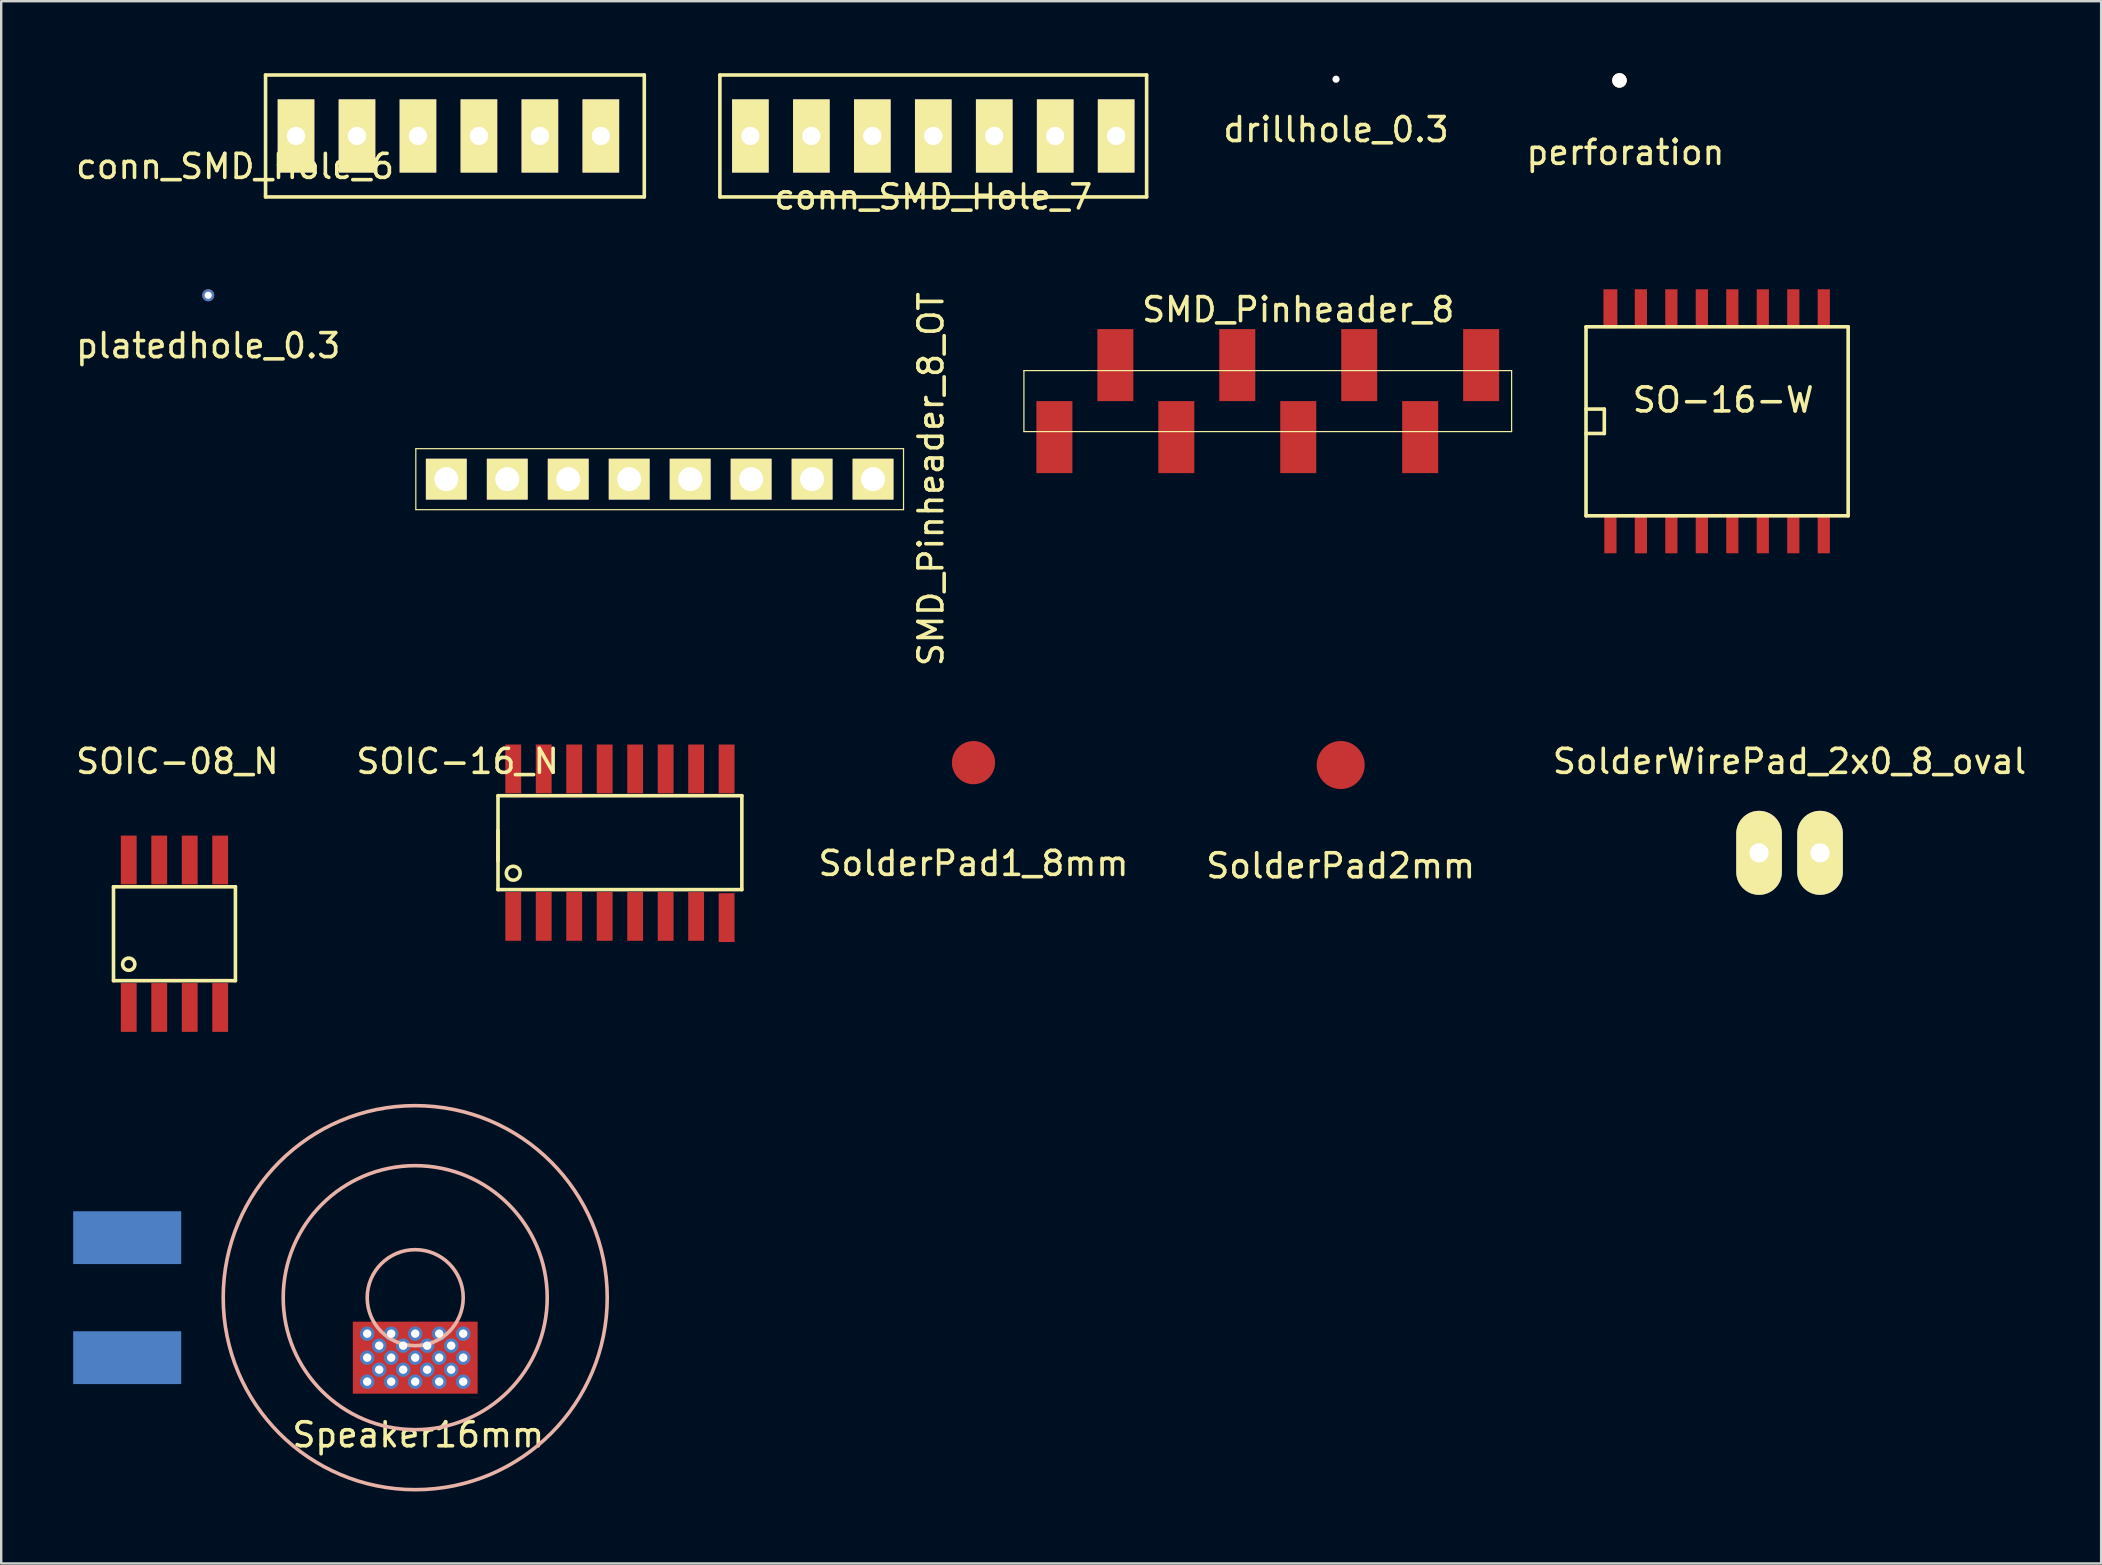
<source format=kicad_pcb>
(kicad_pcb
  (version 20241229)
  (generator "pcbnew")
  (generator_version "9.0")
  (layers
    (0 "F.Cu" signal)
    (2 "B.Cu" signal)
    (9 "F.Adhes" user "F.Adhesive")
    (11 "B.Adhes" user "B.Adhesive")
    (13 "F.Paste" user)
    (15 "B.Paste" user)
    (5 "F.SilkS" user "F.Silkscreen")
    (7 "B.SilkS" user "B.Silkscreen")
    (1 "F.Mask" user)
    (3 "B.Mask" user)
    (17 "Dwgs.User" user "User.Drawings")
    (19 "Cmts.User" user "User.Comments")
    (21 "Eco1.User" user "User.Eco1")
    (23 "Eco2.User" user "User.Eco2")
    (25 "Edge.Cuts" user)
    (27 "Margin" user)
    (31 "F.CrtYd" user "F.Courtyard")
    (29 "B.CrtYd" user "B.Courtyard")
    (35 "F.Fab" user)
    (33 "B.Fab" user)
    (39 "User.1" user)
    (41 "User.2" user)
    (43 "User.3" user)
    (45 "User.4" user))
  (footprint "Speaker16mm"
    (layer "F.Cu")
    (at 14.25 51.017)
    (property "Reference" "Speaker16mm" (at 0.127 5.715 0) (layer "F.SilkS") (effects (font (size 1 1) (thickness 0.15))))
    (attr smd)
    (fp_circle (center 0 0) (end 2 0) (stroke (width 0.15) (type solid)) (fill no) (layer "B.SilkS"))
    (fp_circle (center 0 0) (end 5.5 0) (stroke (width 0.15) (type solid)) (fill no) (layer "B.SilkS"))
    (fp_circle (center 0 0) (end 8 0) (stroke (width 0.15) (type solid)) (fill no) (layer "B.SilkS"))
    (pad "1" smd rect (at -12 -2.5) (size 4.5 2.2) (layers "B.Cu" "B.Mask" "B.Paste"))
    (pad "2" smd rect (at -12 2.5) (size 4.5 2.2) (layers "B.Cu" "B.Mask" "B.Paste"))
    (pad "3" thru_hole circle (at -2 1.5) (size 0.6 0.6) (drill 0.35) (layers "*.Cu" "*.Mask"))
    (pad "3" thru_hole circle (at -2 2.5) (size 0.6 0.6) (drill 0.35) (layers "*.Cu" "*.Mask"))
    (pad "3" thru_hole circle (at -2 3.5) (size 0.6 0.6) (drill 0.35) (layers "*.Cu" "*.Mask"))
    (pad "3" thru_hole circle (at -1.5 2) (size 0.6 0.6) (drill 0.35) (layers "*.Cu" "*.Mask"))
    (pad "3" thru_hole circle (at -1.5 3) (size 0.6 0.6) (drill 0.35) (layers "*.Cu" "*.Mask"))
    (pad "3" thru_hole circle (at -1 1.5) (size 0.6 0.6) (drill 0.35) (layers "*.Cu" "*.Mask"))
    (pad "3" thru_hole circle (at -1 2.5) (size 0.6 0.6) (drill 0.35) (layers "*.Cu" "*.Mask"))
    (pad "3" thru_hole circle (at -1 3.5) (size 0.6 0.6) (drill 0.35) (layers "*.Cu" "*.Mask"))
    (pad "3" thru_hole circle (at -0.5 2) (size 0.6 0.6) (drill 0.35) (layers "*.Cu" "*.Mask"))
    (pad "3" thru_hole circle (at -0.5 3) (size 0.6 0.6) (drill 0.35) (layers "*.Cu" "*.Mask"))
    (pad "3" thru_hole circle (at 0 1.5) (size 0.6 0.6) (drill 0.35) (layers "*.Cu" "*.Mask"))
    (pad "3" thru_hole circle (at 0 2.5) (size 0.6 0.6) (drill 0.35) (layers "*.Cu" "*.Mask"))
    (pad "3" smd rect (at 0 2.5) (size 5.2 3) (layers "F.Cu" "F.Mask"))
    (pad "3" thru_hole circle (at 0 3.5) (size 0.6 0.6) (drill 0.35) (layers "*.Cu" "*.Mask"))
    (pad "3" thru_hole circle (at 0.5 2) (size 0.6 0.6) (drill 0.35) (layers "*.Cu" "*.Mask"))
    (pad "3" thru_hole circle (at 0.5 3) (size 0.6 0.6) (drill 0.35) (layers "*.Cu" "*.Mask"))
    (pad "3" thru_hole circle (at 1 1.5) (size 0.6 0.6) (drill 0.35) (layers "*.Cu" "*.Mask"))
    (pad "3" thru_hole circle (at 1 2.5) (size 0.6 0.6) (drill 0.35) (layers "*.Cu" "*.Mask"))
    (pad "3" thru_hole circle (at 1 3.5) (size 0.6 0.6) (drill 0.35) (layers "*.Cu" "*.Mask"))
    (pad "3" thru_hole circle (at 1.5 2) (size 0.6 0.6) (drill 0.35) (layers "*.Cu" "*.Mask"))
    (pad "3" thru_hole circle (at 1.5 3) (size 0.6 0.6) (drill 0.35) (layers "*.Cu" "*.Mask"))
    (pad "3" thru_hole circle (at 2 1.5) (size 0.6 0.6) (drill 0.35) (layers "*.Cu" "*.Mask"))
    (pad "3" thru_hole circle (at 2 2.5) (size 0.6 0.6) (drill 0.35) (layers "*.Cu" "*.Mask"))
    (pad "3" thru_hole circle (at 2 3.5) (size 0.6 0.6) (drill 0.35) (layers "*.Cu" "*.Mask")))
  (footprint "SOIC-16_N"
    (layer "F.Cu")
    (at 22.779 32.059)
    (property "Reference" "SOIC-16_N" (at -6.761 -3.386 0) (layer "F.SilkS") (effects (font (size 1 1) (thickness 0.15))))
    (attr smd)
    (fp_line (start -5.08 -1.956) (end -5.08 1.956) (stroke (width 0.15) (type solid)) (layer "F.SilkS"))
    (fp_line (start -5.08 -1.956) (end 5.08 -1.956) (stroke (width 0.15) (type solid)) (layer "F.SilkS"))
    (fp_line (start -5.08 -0.508) (end -5.08 0.762) (stroke (width 0.15) (type solid)) (layer "F.SilkS"))
    (fp_line (start 5.08 -1.956) (end 5.08 1.956) (stroke (width 0.15) (type solid)) (layer "F.SilkS"))
    (fp_line (start 5.08 1.956) (end -5.08 1.956) (stroke (width 0.15) (type solid)) (layer "F.SilkS"))
    (fp_circle (center -4.445 1.273) (end -4.191 1.41) (stroke (width 0.15) (type solid)) (fill no) (layer "F.SilkS"))
    (pad "1" smd rect (at -4.445 3.073) (size 0.66 2.032) (layers "F.Cu" "F.Mask" "F.Paste"))
    (pad "2" smd rect (at -3.175 3.073) (size 0.66 2.032) (layers "F.Cu" "F.Mask" "F.Paste"))
    (pad "3" smd rect (at -1.905 3.073) (size 0.66 2.032) (layers "F.Cu" "F.Mask" "F.Paste"))
    (pad "4" smd rect (at -0.635 3.073) (size 0.66 2.032) (layers "F.Cu" "F.Mask" "F.Paste"))
    (pad "5" smd rect (at 0.635 3.073) (size 0.66 2.032) (layers "F.Cu" "F.Mask" "F.Paste"))
    (pad "6" smd rect (at 1.905 3.073) (size 0.66 2.032) (layers "F.Cu" "F.Mask" "F.Paste"))
    (pad "7" smd rect (at 3.175 3.073) (size 0.66 2.032) (layers "F.Cu" "F.Mask" "F.Paste"))
    (pad "8" smd rect (at 4.445 3.124) (size 0.66 2.032) (layers "F.Cu" "F.Mask" "F.Paste"))
    (pad "9" smd rect (at 4.445 -3.073) (size 0.66 2.032) (layers "F.Cu" "F.Mask" "F.Paste"))
    (pad "10" smd rect (at 3.175 -3.073) (size 0.66 2.032) (layers "F.Cu" "F.Mask" "F.Paste"))
    (pad "11" smd rect (at 1.905 -3.073) (size 0.66 2.032) (layers "F.Cu" "F.Mask" "F.Paste"))
    (pad "12" smd rect (at 0.635 -3.073) (size 0.66 2.032) (layers "F.Cu" "F.Mask" "F.Paste"))
    (pad "13" smd rect (at -0.635 -3.073) (size 0.66 2.032) (layers "F.Cu" "F.Mask" "F.Paste"))
    (pad "14" smd rect (at -1.905 -3.073) (size 0.66 2.032) (layers "F.Cu" "F.Mask" "F.Paste"))
    (pad "15" smd rect (at -3.175 -3.073) (size 0.66 2.032) (layers "F.Cu" "F.Mask" "F.Paste"))
    (pad "16" smd rect (at -4.445 -3.073) (size 0.66 2.032) (layers "F.Cu" "F.Mask" "F.Paste")))
  (footprint "SMD_Pinheader_8_OT"
    (layer "F.Cu")
    (at 24.435 16.914)
    (property "Reference" "SMD_Pinheader_8_OT" (at 11.303 0 90) (layer "F.SilkS") (effects (font (size 1 1) (thickness 0.15))))
    (attr through_hole)
    (fp_line (start -10.16 -1.27) (end 10.16 -1.27) (stroke (width 0.05) (type solid)) (layer "F.SilkS"))
    (fp_line (start -10.16 1.27) (end -10.16 -1.27) (stroke (width 0.05) (type solid)) (layer "F.SilkS"))
    (fp_line (start 10.16 -1.27) (end 10.16 1.27) (stroke (width 0.05) (type solid)) (layer "F.SilkS"))
    (fp_line (start 10.16 1.27) (end -10.16 1.27) (stroke (width 0.05) (type solid)) (layer "F.SilkS"))
    (pad "1" thru_hole rect (at 8.89 0) (size 1.7 1.7) (drill 1) (layers "*.Cu" "*.Mask" "F.SilkS"))
    (pad "2" thru_hole rect (at 6.35 0) (size 1.7 1.7) (drill 1) (layers "*.Cu" "*.Mask" "F.SilkS"))
    (pad "3" thru_hole rect (at 3.81 0) (size 1.7 1.7) (drill 1) (layers "*.Cu" "*.Mask" "F.SilkS"))
    (pad "4" thru_hole rect (at 1.27 0) (size 1.7 1.7) (drill 1) (layers "*.Cu" "*.Mask" "F.SilkS"))
    (pad "5" thru_hole rect (at -1.27 0) (size 1.7 1.7) (drill 1) (layers "*.Cu" "*.Mask" "F.SilkS"))
    (pad "6" thru_hole rect (at -3.81 0) (size 1.7 1.7) (drill 1) (layers "*.Cu" "*.Mask" "F.SilkS"))
    (pad "7" thru_hole rect (at -6.35 0) (size 1.7 1.7) (drill 1) (layers "*.Cu" "*.Mask" "F.SilkS"))
    (pad "8" thru_hole trapezoid (at -8.89 0) (size 1.7 1.7) (drill 1) (layers "*.Cu" "*.Mask" "F.SilkS")))
  (footprint "SolderWirePad_2x0_8_oval"
    (layer "F.Cu")
    (at 71.511 32.483)
    (property "Reference" "SolderWirePad_2x0_8_oval" (at 0 -3.81 0) (layer "F.SilkS") (effects (font (size 1 1) (thickness 0.15))))
    (attr through_hole)
    (pad "1" thru_hole oval (at -1.27 0) (size 1.9 3.5) (drill 0.8) (layers "*.Cu" "*.Mask" "F.SilkS"))
    (pad "2" thru_hole oval (at 1.27 0) (size 1.9 3.5) (drill 0.8) (layers "*.Cu" "*.Mask" "F.SilkS")))
  (footprint "SO-16-W"
    (layer "F.Cu")
    (at 68.492 14.503)
    (property "Reference" "SO-16-W" (at 0.254 -0.889 0) (layer "F.SilkS") (effects (font (size 1 1) (thickness 0.15))))
    (attr smd)
    (fp_line (start -5.461 -3.937) (end 5.461 -3.937) (stroke (width 0.15) (type solid)) (layer "F.SilkS"))
    (fp_line (start -5.461 -0.508) (end -4.699 -0.508) (stroke (width 0.15) (type solid)) (layer "F.SilkS"))
    (fp_line (start -5.461 3.937) (end -5.461 -3.937) (stroke (width 0.15) (type solid)) (layer "F.SilkS"))
    (fp_line (start -4.699 -0.508) (end -4.699 0.508) (stroke (width 0.15) (type solid)) (layer "F.SilkS"))
    (fp_line (start -4.699 0.508) (end -5.461 0.508) (stroke (width 0.15) (type solid)) (layer "F.SilkS"))
    (fp_line (start 5.461 -3.937) (end 5.461 3.937) (stroke (width 0.15) (type solid)) (layer "F.SilkS"))
    (fp_line (start 5.461 3.937) (end -5.461 3.937) (stroke (width 0.15) (type solid)) (layer "F.SilkS"))
    (pad "1" smd rect (at -4.445 4.69) (size 0.508 1.62) (layers "F.Cu" "F.Mask" "F.Paste"))
    (pad "2" smd rect (at -3.175 4.69) (size 0.508 1.62) (layers "F.Cu" "F.Mask" "F.Paste"))
    (pad "3" smd rect (at -1.905 4.69) (size 0.508 1.62) (layers "F.Cu" "F.Mask" "F.Paste"))
    (pad "4" smd rect (at -0.635 4.69) (size 0.508 1.62) (layers "F.Cu" "F.Mask" "F.Paste"))
    (pad "5" smd rect (at 0.635 4.69) (size 0.508 1.62) (layers "F.Cu" "F.Mask" "F.Paste"))
    (pad "6" smd rect (at 1.905 4.69) (size 0.508 1.62) (layers "F.Cu" "F.Mask" "F.Paste"))
    (pad "7" smd rect (at 3.175 4.69) (size 0.508 1.62) (layers "F.Cu" "F.Mask" "F.Paste"))
    (pad "8" smd rect (at 4.445 4.69) (size 0.508 1.62) (layers "F.Cu" "F.Mask" "F.Paste"))
    (pad "9" smd rect (at 4.445 -4.69) (size 0.508 1.62) (layers "F.Cu" "F.Mask" "F.Paste"))
    (pad "10" smd rect (at 3.175 -4.69) (size 0.508 1.62) (layers "F.Cu" "F.Mask" "F.Paste"))
    (pad "11" smd rect (at 1.905 -4.69) (size 0.508 1.62) (layers "F.Cu" "F.Mask" "F.Paste"))
    (pad "12" smd rect (at 0.635 -4.69) (size 0.508 1.62) (layers "F.Cu" "F.Mask" "F.Paste"))
    (pad "13" smd rect (at -0.635 -4.69) (size 0.508 1.62) (layers "F.Cu" "F.Mask" "F.Paste"))
    (pad "14" smd rect (at -1.905 -4.69) (size 0.508 1.62) (layers "F.Cu" "F.Mask" "F.Paste"))
    (pad "15" smd rect (at -3.175 -4.69) (size 0.508 1.62) (layers "F.Cu" "F.Mask" "F.Paste"))
    (pad "16" smd rect (at -4.445 -4.69) (size 0.58 1.62) (layers "F.Cu" "F.Mask" "F.Paste")))
  (footprint "conn_SMD_Hole_6"
    (layer "F.Cu")
    (at 15.634 2.615)
    (property "Reference" "conn_SMD_Hole_6" (at -8.89 1.27 0) (layer "F.SilkS") (effects (font (size 1 1) (thickness 0.15))))
    (attr through_hole)
    (fp_line (start -7.62 -2.54) (end 8.16 -2.54) (stroke (width 0.15) (type solid)) (layer "F.SilkS"))
    (fp_line (start -7.62 2.54) (end -7.62 -2.54) (stroke (width 0.15) (type solid)) (layer "F.SilkS"))
    (fp_line (start 8.16 -2.54) (end 8.16 2.54) (stroke (width 0.15) (type solid)) (layer "F.SilkS"))
    (fp_line (start 8.16 2.54) (end -7.62 2.54) (stroke (width 0.15) (type solid)) (layer "F.SilkS"))
    (pad "1" thru_hole rect (at -6.35 0) (size 1.524 3.048) (drill 0.762) (layers "*.Cu" "*.Mask" "F.SilkS"))
    (pad "2" thru_hole rect (at -3.81 0) (size 1.524 3.048) (drill 0.762) (layers "*.Cu" "*.Mask" "F.SilkS"))
    (pad "3" thru_hole rect (at -1.27 0) (size 1.524 3.048) (drill 0.762) (layers "*.Cu" "*.Mask" "F.SilkS"))
    (pad "4" thru_hole rect (at 1.27 0) (size 1.524 3.048) (drill 0.762) (layers "*.Cu" "*.Mask" "F.SilkS"))
    (pad "5" thru_hole rect (at 3.81 0) (size 1.524 3.048) (drill 0.762) (layers "*.Cu" "*.Mask" "F.SilkS"))
    (pad "6" thru_hole rect (at 6.35 0) (size 1.524 3.048) (drill 0.762) (layers "*.Cu" "*.Mask" "F.SilkS")))
  (footprint "conn_SMD_Hole_7"
    (layer "F.Cu")
    (at 35.834 2.615)
    (property "Reference" "conn_SMD_Hole_7" (at 0 2.54 0) (layer "F.SilkS") (effects (font (size 1 1) (thickness 0.15))))
    (attr through_hole)
    (fp_line (start -8.89 -2.54) (end 8.89 -2.54) (stroke (width 0.15) (type solid)) (layer "F.SilkS"))
    (fp_line (start -8.89 2.54) (end -8.89 -2.54) (stroke (width 0.15) (type solid)) (layer "F.SilkS"))
    (fp_line (start 8.89 -2.54) (end 8.89 2.54) (stroke (width 0.15) (type solid)) (layer "F.SilkS"))
    (fp_line (start 8.89 2.54) (end -8.89 2.54) (stroke (width 0.15) (type solid)) (layer "F.SilkS"))
    (pad "1" thru_hole rect (at -7.62 0) (size 1.524 3.048) (drill 0.762) (layers "*.Cu" "*.Mask" "F.SilkS"))
    (pad "2" thru_hole rect (at -5.08 0) (size 1.524 3.048) (drill 0.762) (layers "*.Cu" "*.Mask" "F.SilkS"))
    (pad "3" thru_hole rect (at -2.54 0) (size 1.524 3.048) (drill 0.762) (layers "*.Cu" "*.Mask" "F.SilkS"))
    (pad "4" thru_hole rect (at 0 0) (size 1.524 3.048) (drill 0.762) (layers "*.Cu" "*.Mask" "F.SilkS"))
    (pad "5" thru_hole rect (at 2.54 0) (size 1.524 3.048) (drill 0.762) (layers "*.Cu" "*.Mask" "F.SilkS"))
    (pad "6" thru_hole rect (at 5.08 0) (size 1.524 3.048) (drill 0.762) (layers "*.Cu" "*.Mask" "F.SilkS"))
    (pad "7" thru_hole rect (at 7.62 0) (size 1.524 3.048) (drill 0.762) (layers "*.Cu" "*.Mask" "F.SilkS")))
  (footprint "perforation"
    (layer "F.Cu")
    (at 64.424 0.3)
    (property "Reference" "perforation" (at 0.25 3 0) (layer "F.SilkS") (effects (font (size 1 1) (thickness 0.15))))
    (attr through_hole)
    (pad "" np_thru_hole circle (at 0 0) (size 0.6 0.6) (drill 0.6) (layers "*.Cu" "*.SilkS")))
  (footprint "SOIC-08_N"
    (layer "F.Cu")
    (at 4.219 35.853)
    (property "Reference" "SOIC-08_N" (at 0.12 -7.18 0) (layer "F.SilkS") (effects (font (size 1 1) (thickness 0.15))))
    (attr through_hole)
    (fp_line (start -2.54 -1.956) (end -2.54 1.956) (stroke (width 0.15) (type solid)) (layer "F.SilkS"))
    (fp_line (start -2.54 -1.956) (end 2.54 -1.956) (stroke (width 0.15) (type solid)) (layer "F.SilkS"))
    (fp_line (start 2.54 -1.956) (end 2.54 1.956) (stroke (width 0.15) (type solid)) (layer "F.SilkS"))
    (fp_line (start 2.54 1.956) (end -2.54 1.956) (stroke (width 0.15) (type solid)) (layer "F.SilkS"))
    (fp_circle (center -1.905 1.27) (end -2.159 1.27) (stroke (width 0.15) (type solid)) (fill no) (layer "F.SilkS"))
    (pad "1" smd rect (at -1.905 3.073) (size 0.66 2.032) (layers "F.Cu" "F.Mask" "F.Paste"))
    (pad "2" smd rect (at -0.635 3.073) (size 0.66 2.032) (layers "F.Cu" "F.Mask" "F.Paste"))
    (pad "3" smd rect (at 0.635 3.073) (size 0.66 2.032) (layers "F.Cu" "F.Mask" "F.Paste"))
    (pad "4" smd rect (at 1.905 3.073) (size 0.66 2.032) (layers "F.Cu" "F.Mask" "F.Paste"))
    (pad "5" smd rect (at 1.905 -3.073) (size 0.66 2.032) (layers "F.Cu" "F.Mask" "F.Paste"))
    (pad "6" smd rect (at 0.635 -3.073) (size 0.66 2.032) (layers "F.Cu" "F.Mask" "F.Paste"))
    (pad "7" smd rect (at -0.635 -3.073) (size 0.66 2.032) (layers "F.Cu" "F.Mask" "F.Paste"))
    (pad "8" smd rect (at -1.905 -3.073) (size 0.66 2.032) (layers "F.Cu" "F.Mask" "F.Paste")))
  (footprint "SolderPad1_8mm"
    (layer "F.Cu")
    (at 37.511 28.725)
    (property "Reference" "SolderPad1_8mm" (at 0 4.2 0) (layer "F.SilkS") (effects (font (size 1 1) (thickness 0.15))))
    (attr through_hole)
    (pad "1" smd circle (at 0 0) (size 1.8 1.8) (layers "F.Cu" "F.Mask" "F.Paste")))
  (footprint "platedhole_0.3"
    (layer "F.Cu")
    (at 5.625 9.253)
    (property "Reference" "platedhole_0.3" (at 0 2.1 0) (layer "F.SilkS") (effects (font (size 1 1) (thickness 0.15))))
    (attr through_hole)
    (pad "" thru_hole circle (at 0 0) (size 0.5 0.5) (drill 0.3) (layers "*.Cu" "*.Mask")))
  (footprint "SolderPad2mm"
    (layer "F.Cu")
    (at 52.809 28.825)
    (property "Reference" "SolderPad2mm" (at 0 4.2 0) (layer "F.SilkS") (effects (font (size 1 1) (thickness 0.15))))
    (attr through_hole)
    (pad "1" smd circle (at 0 0) (size 2 2) (layers "F.Cu" "F.Mask" "F.Paste")))
  (footprint "drillhole_0.3"
    (layer "F.Cu")
    (at 52.615 0.25)
    (property "Reference" "drillhole_0.3" (at 0 2.1 0) (layer "F.SilkS") (effects (font (size 1 1) (thickness 0.15))))
    (attr through_hole)
    (pad "" np_thru_hole circle (at 0 0) (size 0.3 0.3) (drill 0.3) (layers "*.Cu" "*.Mask")))
  (footprint "SMD_Pinheader_8"
    (layer "F.Cu")
    (at 49.771 13.662)
    (property "Reference" "SMD_Pinheader_8" (at 1.27 -3.81 0) (layer "F.SilkS") (effects (font (size 1 1) (thickness 0.15))))
    (attr through_hole)
    (fp_line (start -10.16 -1.27) (end 10.16 -1.27) (stroke (width 0.05) (type solid)) (layer "F.SilkS"))
    (fp_line (start -10.16 1.27) (end -10.16 -1.27) (stroke (width 0.05) (type solid)) (layer "F.SilkS"))
    (fp_line (start 10.16 -1.27) (end 10.16 1.27) (stroke (width 0.05) (type solid)) (layer "F.SilkS"))
    (fp_line (start 10.16 1.27) (end -10.16 1.27) (stroke (width 0.05) (type solid)) (layer "F.SilkS"))
    (pad "1" smd rect (at 8.89 -1.5) (size 1.5 3) (layers "F.Cu" "F.Mask" "F.Paste"))
    (pad "2" smd rect (at 6.35 1.5) (size 1.5 3) (layers "F.Cu" "F.Mask" "F.Paste"))
    (pad "3" smd rect (at 3.81 -1.5) (size 1.5 3) (layers "F.Cu" "F.Mask" "F.Paste"))
    (pad "4" smd rect (at 1.27 1.5) (size 1.5 3) (layers "F.Cu" "F.Mask" "F.Paste"))
    (pad "5" smd rect (at -1.27 -1.5) (size 1.5 3) (layers "F.Cu" "F.Mask" "F.Paste"))
    (pad "6" smd rect (at -3.81 1.5) (size 1.5 3) (layers "F.Cu" "F.Mask" "F.Paste"))
    (pad "7" smd rect (at -6.35 -1.5) (size 1.5 3) (layers "F.Cu" "F.Mask" "F.Paste"))
    (pad "8" smd rect (at -8.89 1.5) (size 1.5 3) (layers "F.Cu" "F.Mask" "F.Paste")))
  (gr_rect
    (start -3 -3)
    (end 84.493 62.092)
    (stroke (width 0.1) (type default))
    (fill no)
    (layer "Edge.Cuts")))
</source>
